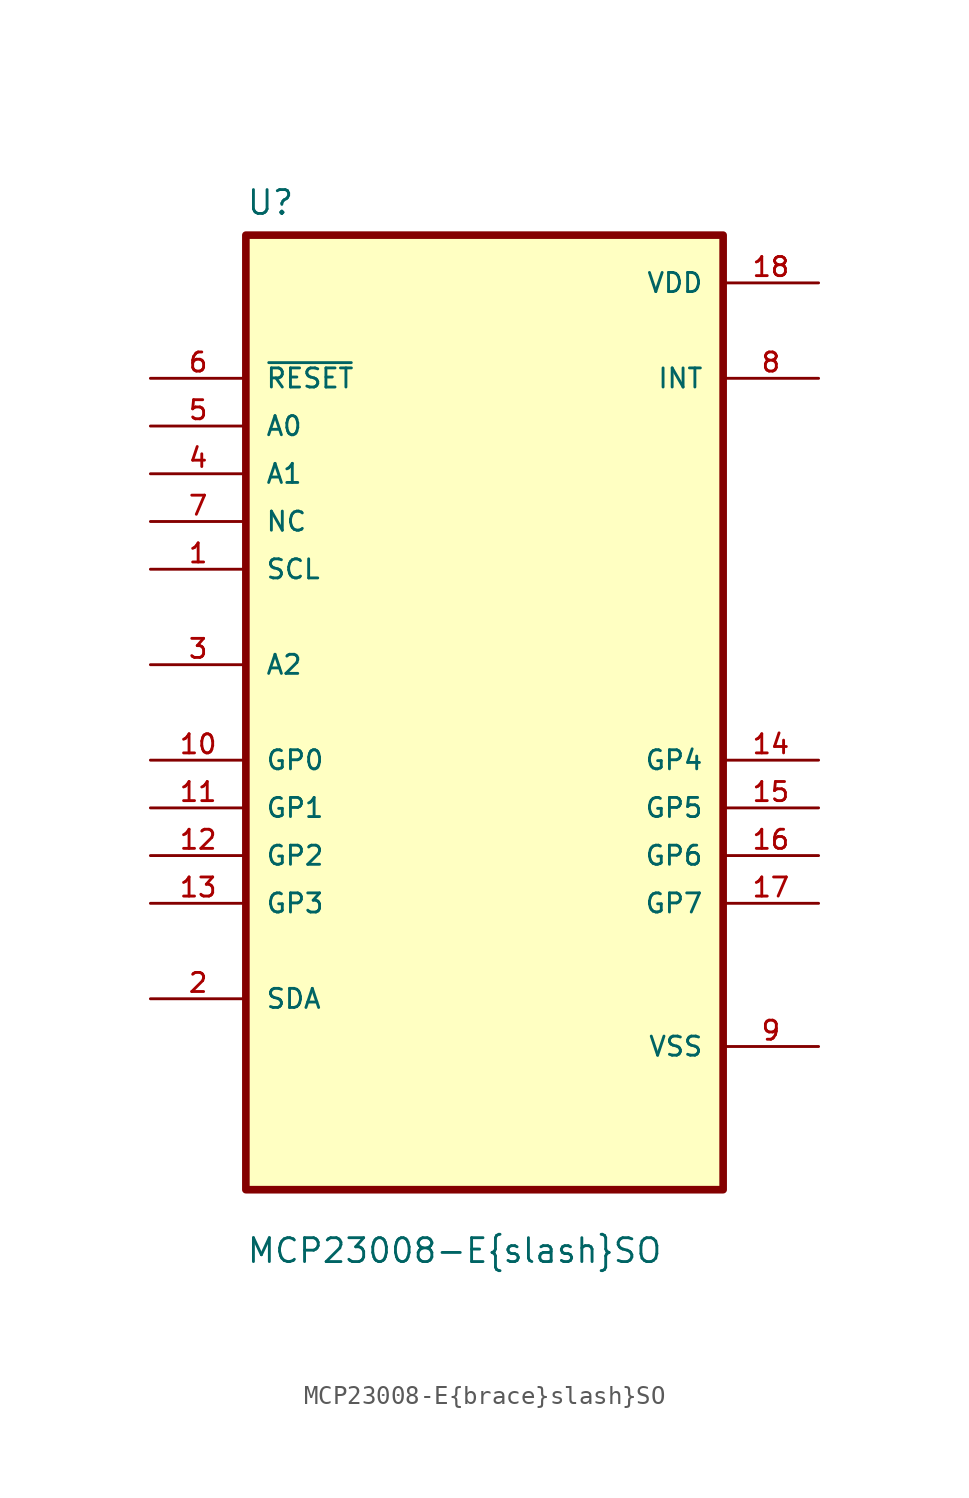
<source format=kicad_sym>
(kicad_symbol_lib
  (version 20211014)
  (generator kicad_symbol_editor)
  (symbol "MCP23008-E{brace}slash}SO"
    (pin_names
      (offset 1.016))
    (property "Reference" "U"
      (at -12.7 26.391 0)
      (effects (font (size 1.27 1.27)) (justify left bottom)))
    (property "Value" "MCP23008-E{brace}slash}SO"
      (at -12.7 -29.388 0)
      (effects (font (size 1.27 1.27)) (justify left bottom)))
    (property "ki_locked" ""
      (at 0 0 0)
      (effects (font (size 1.27 1.27))))
    (symbol "MCP23008-E{brace}slash}SO_0_0"
      (rectangle (start -12.7 -25.4) (end 12.7 25.4) (stroke (width 0.406) (type default) (color 0 0 0 0)) (fill (type background)))
      (pin input line (at -17.78 7.62 0) (length 5.08) (name "SCL" (effects (font (size 1.016 1.016)))) (number "1" (effects (font (size 1.016 1.016)))))
      (pin bidirectional line (at -17.78 -2.54 0) (length 5.08) (name "GP0" (effects (font (size 1.016 1.016)))) (number "10" (effects (font (size 1.016 1.016)))))
      (pin bidirectional line (at -17.78 -5.08 0) (length 5.08) (name "GP1" (effects (font (size 1.016 1.016)))) (number "11" (effects (font (size 1.016 1.016)))))
      (pin bidirectional line (at -17.78 -7.62 0) (length 5.08) (name "GP2" (effects (font (size 1.016 1.016)))) (number "12" (effects (font (size 1.016 1.016)))))
      (pin bidirectional line (at -17.78 -10.16 0) (length 5.08) (name "GP3" (effects (font (size 1.016 1.016)))) (number "13" (effects (font (size 1.016 1.016)))))
      (pin bidirectional line (at 17.78 -2.54 180) (length 5.08) (name "GP4" (effects (font (size 1.016 1.016)))) (number "14" (effects (font (size 1.016 1.016)))))
      (pin bidirectional line (at 17.78 -5.08 180) (length 5.08) (name "GP5" (effects (font (size 1.016 1.016)))) (number "15" (effects (font (size 1.016 1.016)))))
      (pin bidirectional line (at 17.78 -7.62 180) (length 5.08) (name "GP6" (effects (font (size 1.016 1.016)))) (number "16" (effects (font (size 1.016 1.016)))))
      (pin bidirectional line (at 17.78 -10.16 180) (length 5.08) (name "GP7" (effects (font (size 1.016 1.016)))) (number "17" (effects (font (size 1.016 1.016)))))
      (pin power_in line (at 17.78 22.86 180) (length 5.08) (name "VDD" (effects (font (size 1.016 1.016)))) (number "18" (effects (font (size 1.016 1.016)))))
      (pin bidirectional line (at -17.78 -15.24 0) (length 5.08) (name "SDA" (effects (font (size 1.016 1.016)))) (number "2" (effects (font (size 1.016 1.016)))))
      (pin bidirectional line (at -17.78 2.54 0) (length 5.08) (name "A2" (effects (font (size 1.016 1.016)))) (number "3" (effects (font (size 1.016 1.016)))))
      (pin input line (at -17.78 12.7 0) (length 5.08) (name "A1" (effects (font (size 1.016 1.016)))) (number "4" (effects (font (size 1.016 1.016)))))
      (pin input line (at -17.78 15.24 0) (length 5.08) (name "A0" (effects (font (size 1.016 1.016)))) (number "5" (effects (font (size 1.016 1.016)))))
      (pin input line (at -17.78 17.78 0) (length 5.08) (name "~{RESET}" (effects (font (size 1.016 1.016)))) (number "6" (effects (font (size 1.016 1.016)))))
      (pin input line (at -17.78 10.16 0) (length 5.08) (name "NC" (effects (font (size 1.016 1.016)))) (number "7" (effects (font (size 1.016 1.016)))))
      (pin output line (at 17.78 17.78 180) (length 5.08) (name "INT" (effects (font (size 1.016 1.016)))) (number "8" (effects (font (size 1.016 1.016)))))
      (pin power_in line (at 17.78 -17.78 180) (length 5.08) (name "VSS" (effects (font (size 1.016 1.016)))) (number "9" (effects (font (size 1.016 1.016))))))))
</source>
